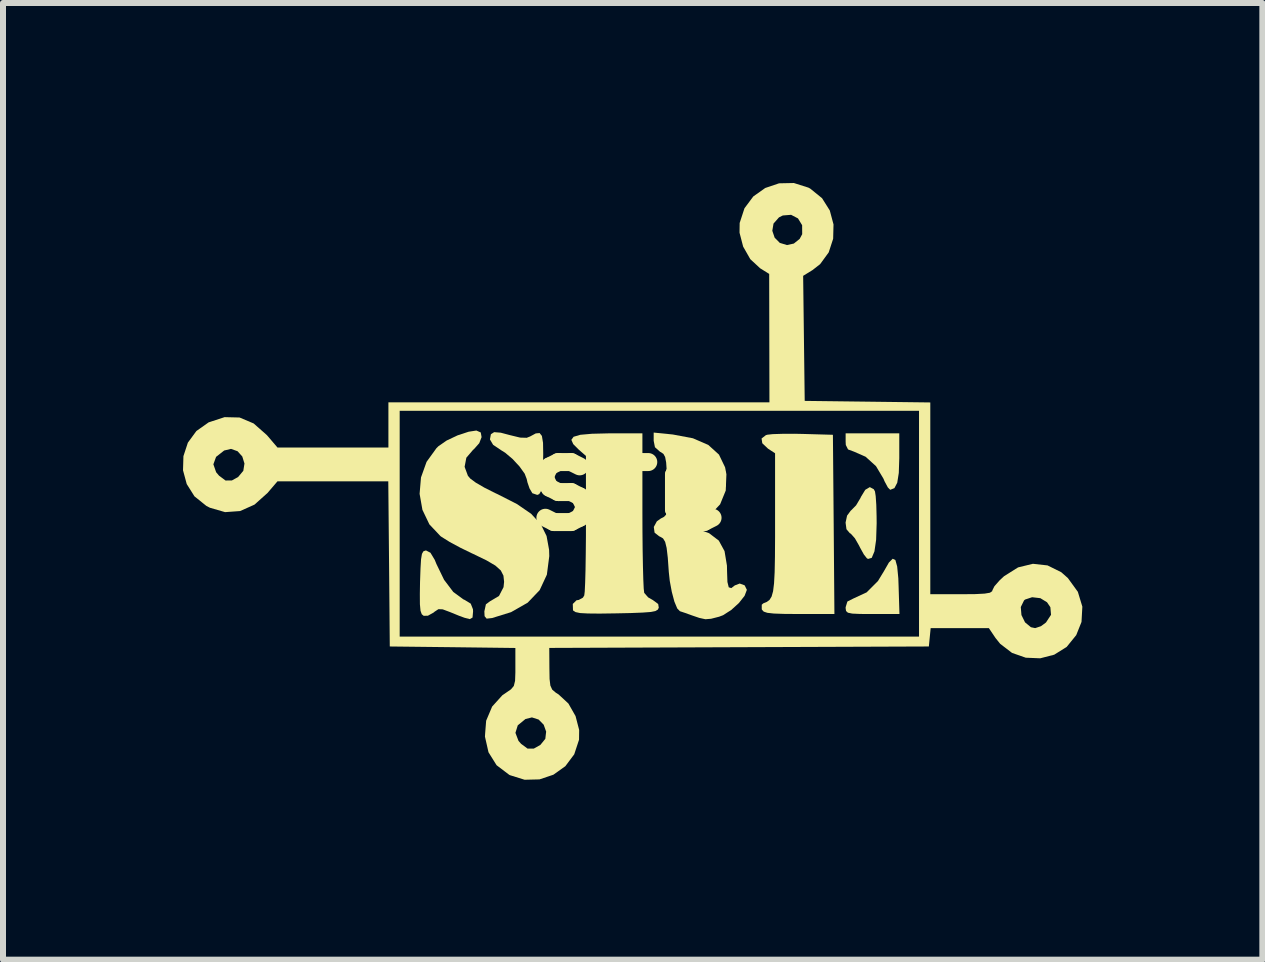
<source format=kicad_pcb>
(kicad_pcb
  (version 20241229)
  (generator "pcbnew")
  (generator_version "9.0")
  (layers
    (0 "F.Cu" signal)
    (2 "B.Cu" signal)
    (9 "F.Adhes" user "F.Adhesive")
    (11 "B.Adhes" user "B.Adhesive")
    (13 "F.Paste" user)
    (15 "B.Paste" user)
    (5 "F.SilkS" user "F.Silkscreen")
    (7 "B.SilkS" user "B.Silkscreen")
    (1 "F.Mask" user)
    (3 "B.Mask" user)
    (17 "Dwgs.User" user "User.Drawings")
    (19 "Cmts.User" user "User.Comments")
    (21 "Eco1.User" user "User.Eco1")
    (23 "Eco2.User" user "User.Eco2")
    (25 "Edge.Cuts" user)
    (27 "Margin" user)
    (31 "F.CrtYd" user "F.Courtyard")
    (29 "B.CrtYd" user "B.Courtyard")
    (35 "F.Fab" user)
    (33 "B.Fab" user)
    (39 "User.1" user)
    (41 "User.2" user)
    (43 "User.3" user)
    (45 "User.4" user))
  (footprint "sre"
    (layer "F.Cu")
    (at 7.468 4.972)
    (property "Reference" "sre" (at 0 0 0) (layer "F.SilkS") (effects (font (size 1.5 1.5) (thickness 0.3))))
    (attr board_only exclude_from_pos_files exclude_from_bom)
    (fp_poly (pts (xy 4.469 -0.386) (xy 4.461 -0.14) (xy 4.435 0.023) (xy 4.388 0.113) (xy 4.318 0.141) (xy 4.318 0.141) (xy 4.279 0.102) (xy 4.225 0.002) (xy 4.204 -0.047) (xy 4.081 -0.253) (xy 3.908 -0.41) (xy 3.717 -0.494) (xy 3.615 -0.532) (xy 3.578 -0.606) (xy 3.575 -0.662) (xy 3.575 -0.8) (xy 4.022 -0.8) (xy 4.469 -0.8)) (stroke (width 0) (type solid)) (fill yes) (layer "F.SilkS"))
    (fp_poly (pts (xy 4.404 1.311) (xy 4.434 1.419) (xy 4.453 1.616) (xy 4.458 1.756) (xy 4.472 2.211) (xy 4.023 2.211) (xy 3.816 2.21) (xy 3.685 2.204) (xy 3.613 2.189) (xy 3.582 2.161) (xy 3.575 2.114) (xy 3.575 2.098) (xy 3.604 2.003) (xy 3.701 1.954) (xy 3.925 1.85) (xy 4.113 1.662) (xy 4.213 1.498) (xy 4.296 1.353) (xy 4.359 1.29)) (stroke (width 0) (type solid)) (fill yes) (layer "F.SilkS"))
    (fp_poly (pts (xy 4.044 0.131) (xy 4.064 0.168) (xy 4.076 0.246) (xy 4.086 0.393) (xy 4.091 0.584) (xy 4.092 0.7) (xy 4.083 0.976) (xy 4.055 1.168) (xy 4.01 1.275) (xy 3.948 1.293) (xy 3.928 1.281) (xy 3.879 1.219) (xy 3.817 1.107) (xy 3.798 1.069) (xy 3.73 0.95) (xy 3.662 0.873) (xy 3.645 0.864) (xy 3.589 0.798) (xy 3.574 0.688) (xy 3.599 0.571) (xy 3.662 0.486) (xy 3.668 0.482) (xy 3.749 0.4) (xy 3.823 0.276) (xy 3.83 0.259) (xy 3.902 0.141) (xy 3.978 0.096)) (stroke (width 0) (type solid)) (fill yes) (layer "F.SilkS"))
    (fp_poly (pts (xy -2.173 -0.811) (xy -2.018 -0.77) (xy -1.849 -0.729) (xy -1.74 -0.726) (xy -1.684 -0.748) (xy -1.589 -0.799) (xy -1.525 -0.805) (xy -1.487 -0.757) (xy -1.468 -0.642) (xy -1.465 -0.451) (xy -1.468 -0.295) (xy -1.476 -0.068) (xy -1.487 0.081) (xy -1.505 0.169) (xy -1.532 0.213) (xy -1.564 0.226) (xy -1.646 0.198) (xy -1.693 0.118) (xy -1.728 0.016) (xy -1.74 -0.039) (xy -1.774 -0.128) (xy -1.86 -0.248) (xy -1.976 -0.373) (xy -2.099 -0.477) (xy -2.165 -0.518) (xy -2.3 -0.609) (xy -2.352 -0.697) (xy -2.352 -0.704) (xy -2.337 -0.785) (xy -2.283 -0.82)) (stroke (width 0) (type solid)) (fill yes) (layer "F.SilkS"))
    (fp_poly (pts (xy 2.869 -0.79) (xy 3.363 -0.776) (xy 3.376 0.717) (xy 3.388 2.211) (xy 2.798 2.211) (xy 2.549 2.209) (xy 2.378 2.203) (xy 2.27 2.191) (xy 2.21 2.171) (xy 2.181 2.14) (xy 2.177 2.131) (xy 2.177 2.056) (xy 2.203 2.033) (xy 2.262 2.009) (xy 2.307 1.975) (xy 2.341 1.92) (xy 2.366 1.831) (xy 2.382 1.699) (xy 2.392 1.513) (xy 2.397 1.26) (xy 2.399 0.931) (xy 2.399 0.703) (xy 2.399 -0.468) (xy 2.281 -0.545) (xy 2.186 -0.635) (xy 2.174 -0.714) (xy 2.246 -0.77) (xy 2.27 -0.777) (xy 2.36 -0.787) (xy 2.519 -0.792) (xy 2.721 -0.793)) (stroke (width 0) (type solid)) (fill yes) (layer "F.SilkS"))
    (fp_poly (pts (xy -3.344 1.19) (xy -3.273 1.308) (xy -3.244 1.379) (xy -3.117 1.641) (xy -2.964 1.843) (xy -2.795 1.967) (xy -2.778 1.974) (xy -2.673 2.038) (xy -2.636 2.131) (xy -2.634 2.169) (xy -2.643 2.27) (xy -2.689 2.296) (xy -2.775 2.274) (xy -2.863 2.242) (xy -2.99 2.19) (xy -3.022 2.177) (xy -3.14 2.133) (xy -3.211 2.13) (xy -3.275 2.172) (xy -3.291 2.186) (xy -3.386 2.239) (xy -3.457 2.241) (xy -3.489 2.215) (xy -3.51 2.156) (xy -3.52 2.048) (xy -3.521 1.875) (xy -3.518 1.682) (xy -3.51 1.452) (xy -3.501 1.299) (xy -3.486 1.209) (xy -3.462 1.166) (xy -3.427 1.153) (xy -3.417 1.152)) (stroke (width 0) (type solid)) (fill yes) (layer "F.SilkS"))
    (fp_poly (pts (xy 0.188 0.49) (xy 0.189 0.832) (xy 0.192 1.146) (xy 0.197 1.418) (xy 0.203 1.636) (xy 0.21 1.787) (xy 0.218 1.857) (xy 0.218 1.858) (xy 0.283 1.933) (xy 0.363 1.979) (xy 0.451 2.044) (xy 0.461 2.105) (xy 0.446 2.137) (xy 0.406 2.161) (xy 0.326 2.177) (xy 0.192 2.187) (xy -0.01 2.195) (xy -0.249 2.2) (xy -0.525 2.204) (xy -0.721 2.202) (xy -0.85 2.195) (xy -0.926 2.179) (xy -0.963 2.156) (xy -0.969 2.144) (xy -0.972 2.043) (xy -0.91 1.982) (xy -0.872 1.976) (xy -0.803 1.938) (xy -0.781 1.901) (xy -0.773 1.835) (xy -0.766 1.688) (xy -0.76 1.476) (xy -0.756 1.211) (xy -0.753 0.909) (xy -0.753 0.701) (xy -0.753 -0.424) (xy -0.87 -0.526) (xy -0.965 -0.621) (xy -0.996 -0.692) (xy -0.959 -0.743) (xy -0.846 -0.776) (xy -0.653 -0.793) (xy -0.372 -0.8) (xy -0.325 -0.8) (xy 0.188 -0.8)) (stroke (width 0) (type solid)) (fill yes) (layer "F.SilkS"))
    (fp_poly (pts (xy -2.506 -0.815) (xy -2.492 -0.737) (xy -2.531 -0.636) (xy -2.619 -0.537) (xy -2.634 -0.525) (xy -2.746 -0.394) (xy -2.775 -0.242) (xy -2.72 -0.093) (xy -2.679 -0.045) (xy -2.591 0.02) (xy -2.445 0.105) (xy -2.268 0.194) (xy -2.223 0.215) (xy -1.903 0.378) (xy -1.667 0.54) (xy -1.506 0.714) (xy -1.409 0.911) (xy -1.367 1.142) (xy -1.364 1.246) (xy -1.404 1.555) (xy -1.524 1.813) (xy -1.724 2.022) (xy -2.001 2.18) (xy -2.317 2.278) (xy -2.408 2.288) (xy -2.442 2.247) (xy -2.446 2.168) (xy -2.42 2.049) (xy -2.352 1.999) (xy -2.202 1.91) (xy -2.126 1.763) (xy -2.117 1.674) (xy -2.128 1.571) (xy -2.172 1.485) (xy -2.262 1.404) (xy -2.412 1.316) (xy -2.635 1.208) (xy -2.651 1.201) (xy -2.844 1.107) (xy -3.024 1.01) (xy -3.157 0.927) (xy -3.177 0.913) (xy -3.362 0.717) (xy -3.478 0.475) (xy -3.525 0.208) (xy -3.502 -0.065) (xy -3.409 -0.325) (xy -3.245 -0.552) (xy -3.212 -0.585) (xy -3.075 -0.68) (xy -2.893 -0.766) (xy -2.708 -0.827) (xy -2.579 -0.847)) (stroke (width 0) (type solid)) (fill yes) (layer "F.SilkS"))
    (fp_poly (pts (xy 0.694 -0.781) (xy 1.03 -0.718) (xy 1.286 -0.607) (xy 1.464 -0.446) (xy 1.566 -0.234) (xy 1.588 -0.118) (xy 1.577 0.153) (xy 1.483 0.383) (xy 1.311 0.565) (xy 1.065 0.691) (xy 1.058 0.694) (xy 0.917 0.741) (xy 1.058 0.777) (xy 1.298 0.863) (xy 1.461 0.987) (xy 1.557 1.163) (xy 1.597 1.404) (xy 1.599 1.503) (xy 1.605 1.677) (xy 1.627 1.766) (xy 1.67 1.779) (xy 1.728 1.734) (xy 1.81 1.703) (xy 1.892 1.733) (xy 1.929 1.808) (xy 1.891 1.908) (xy 1.796 2.028) (xy 1.668 2.144) (xy 1.532 2.231) (xy 1.466 2.256) (xy 1.333 2.29) (xy 1.238 2.298) (xy 1.137 2.276) (xy 1.011 2.233) (xy 0.894 2.191) (xy 0.822 2.167) (xy 0.813 2.164) (xy 0.769 2.119) (xy 0.721 2.004) (xy 0.678 1.842) (xy 0.644 1.659) (xy 0.628 1.511) (xy 0.611 1.272) (xy 0.592 1.11) (xy 0.567 1.008) (xy 0.532 0.951) (xy 0.481 0.921) (xy 0.47 0.917) (xy 0.391 0.855) (xy 0.378 0.76) (xy 0.429 0.666) (xy 0.495 0.619) (xy 0.548 0.592) (xy 0.582 0.556) (xy 0.6 0.492) (xy 0.607 0.383) (xy 0.605 0.209) (xy 0.601 0.059) (xy 0.594 -0.166) (xy 0.584 -0.314) (xy 0.567 -0.405) (xy 0.539 -0.457) (xy 0.497 -0.486) (xy 0.482 -0.493) (xy 0.397 -0.569) (xy 0.376 -0.676) (xy 0.376 -0.813)) (stroke (width 0) (type solid)) (fill yes) (layer "F.SilkS"))
    (fp_poly (pts (xy 2.955 -4.895) (xy 2.986 -4.878) (xy 3.182 -4.719) (xy 3.311 -4.514) (xy 3.373 -4.282) (xy 3.367 -4.043) (xy 3.293 -3.816) (xy 3.15 -3.62) (xy 3.023 -3.521) (xy 2.867 -3.425) (xy 2.88 -2.383) (xy 2.893 -1.341) (xy 3.939 -1.328) (xy 4.986 -1.315) (xy 4.986 0.283) (xy 4.986 1.881) (xy 5.503 1.881) (xy 5.737 1.879) (xy 5.891 1.871) (xy 5.98 1.856) (xy 6.017 1.831) (xy 6.021 1.815) (xy 6.054 1.749) (xy 6.14 1.651) (xy 6.215 1.581) (xy 6.449 1.434) (xy 6.696 1.374) (xy 6.94 1.401) (xy 7.168 1.514) (xy 7.279 1.612) (xy 7.445 1.841) (xy 7.52 2.088) (xy 7.506 2.343) (xy 7.418 2.563) (xy 7.258 2.76) (xy 7.051 2.889) (xy 6.818 2.949) (xy 6.577 2.939) (xy 6.348 2.859) (xy 6.151 2.708) (xy 6.073 2.611) (xy 5.962 2.446) (xy 5.477 2.446) (xy 4.992 2.446) (xy 4.977 2.599) (xy 4.962 2.752) (xy 1.799 2.764) (xy -1.364 2.776) (xy -1.362 3.117) (xy -1.359 3.294) (xy -1.346 3.403) (xy -1.315 3.471) (xy -1.255 3.522) (xy -1.209 3.551) (xy -1.045 3.703) (xy -0.926 3.912) (xy -0.866 4.143) (xy -0.868 4.306) (xy -0.948 4.549) (xy -1.096 4.747) (xy -1.295 4.889) (xy -1.527 4.967) (xy -1.775 4.973) (xy -2.019 4.897) (xy -2.031 4.891) (xy -2.242 4.731) (xy -2.377 4.515) (xy -2.436 4.254) (xy -2.432 4.191) (xy -1.928 4.191) (xy -1.877 4.325) (xy -1.834 4.374) (xy -1.726 4.454) (xy -1.622 4.454) (xy -1.513 4.393) (xy -1.43 4.291) (xy -1.416 4.171) (xy -1.457 4.056) (xy -1.541 3.97) (xy -1.653 3.934) (xy -1.761 3.961) (xy -1.889 4.066) (xy -1.928 4.191) (xy -2.432 4.191) (xy -2.416 3.989) (xy -2.316 3.753) (xy -2.146 3.565) (xy -2.083 3.522) (xy -2.002 3.466) (xy -1.955 3.41) (xy -1.934 3.324) (xy -1.929 3.183) (xy -1.929 3.102) (xy -1.929 2.777) (xy -2.975 2.764) (xy -4.022 2.752) (xy -4.034 1.376) (xy -4.047 0) (xy -4.97 0) (xy -5.894 0) (xy -6.06 0.194) (xy -6.277 0.388) (xy -6.516 0.495) (xy -6.767 0.513) (xy -7.019 0.44) (xy -7.078 0.41) (xy -7.277 0.25) (xy -7.406 0.045) (xy -7.468 -0.184) (xy -7.465 -0.284) (xy -6.962 -0.284) (xy -6.916 -0.152) (xy -6.867 -0.094) (xy -6.759 -0.014) (xy -6.653 -0.015) (xy -6.549 -0.073) (xy -6.463 -0.176) (xy -6.444 -0.297) (xy -6.48 -0.414) (xy -6.559 -0.502) (xy -6.668 -0.541) (xy -6.782 -0.514) (xy -6.917 -0.408) (xy -6.962 -0.284) (xy -7.465 -0.284) (xy -7.461 -0.42) (xy -7.387 -0.645) (xy -7.245 -0.839) (xy -7.041 -0.983) (xy -6.775 -1.07) (xy -6.525 -1.064) (xy -6.291 -0.965) (xy -6.073 -0.773) (xy -6.06 -0.759) (xy -5.894 -0.564) (xy -4.97 -0.564) (xy -4.045 -0.564) (xy -4.045 -0.941) (xy -4.045 -1.176) (xy -3.857 -1.176) (xy -3.857 0.706) (xy -3.857 2.587) (xy 0.47 2.587) (xy 4.798 2.587) (xy 4.798 2.095) (xy 6.494 2.095) (xy 6.505 2.228) (xy 6.565 2.35) (xy 6.663 2.431) (xy 6.734 2.446) (xy 6.83 2.414) (xy 6.914 2.352) (xy 6.998 2.224) (xy 6.987 2.097) (xy 6.931 2.015) (xy 6.82 1.947) (xy 6.683 1.931) (xy 6.565 1.97) (xy 6.548 1.985) (xy 6.494 2.095) (xy 4.798 2.095) (xy 4.798 0.706) (xy 4.798 -1.176) (xy 0.47 -1.176) (xy -3.857 -1.176) (xy -4.045 -1.176) (xy -4.045 -1.317) (xy -0.87 -1.317) (xy 2.305 -1.317) (xy 2.303 -2.387) (xy 2.301 -3.457) (xy 2.15 -3.551) (xy 1.986 -3.703) (xy 1.867 -3.912) (xy 1.807 -4.143) (xy 1.807 -4.176) (xy 2.353 -4.176) (xy 2.392 -4.061) (xy 2.478 -3.974) (xy 2.598 -3.938) (xy 2.712 -3.963) (xy 2.809 -4.041) (xy 2.851 -4.119) (xy 2.85 -4.269) (xy 2.781 -4.382) (xy 2.666 -4.442) (xy 2.528 -4.431) (xy 2.464 -4.399) (xy 2.373 -4.296) (xy 2.353 -4.176) (xy 1.807 -4.176) (xy 1.809 -4.306) (xy 1.889 -4.551) (xy 2.036 -4.748) (xy 2.235 -4.889) (xy 2.466 -4.967) (xy 2.712 -4.972)) (stroke (width 0) (type solid)) (fill yes) (layer "F.SilkS")))
  (gr_rect
    (start -3 -3)
    (end 17.988 12.944)
    (stroke (width 0.1) (type default))
    (fill no)
    (layer "Edge.Cuts")))
</source>
